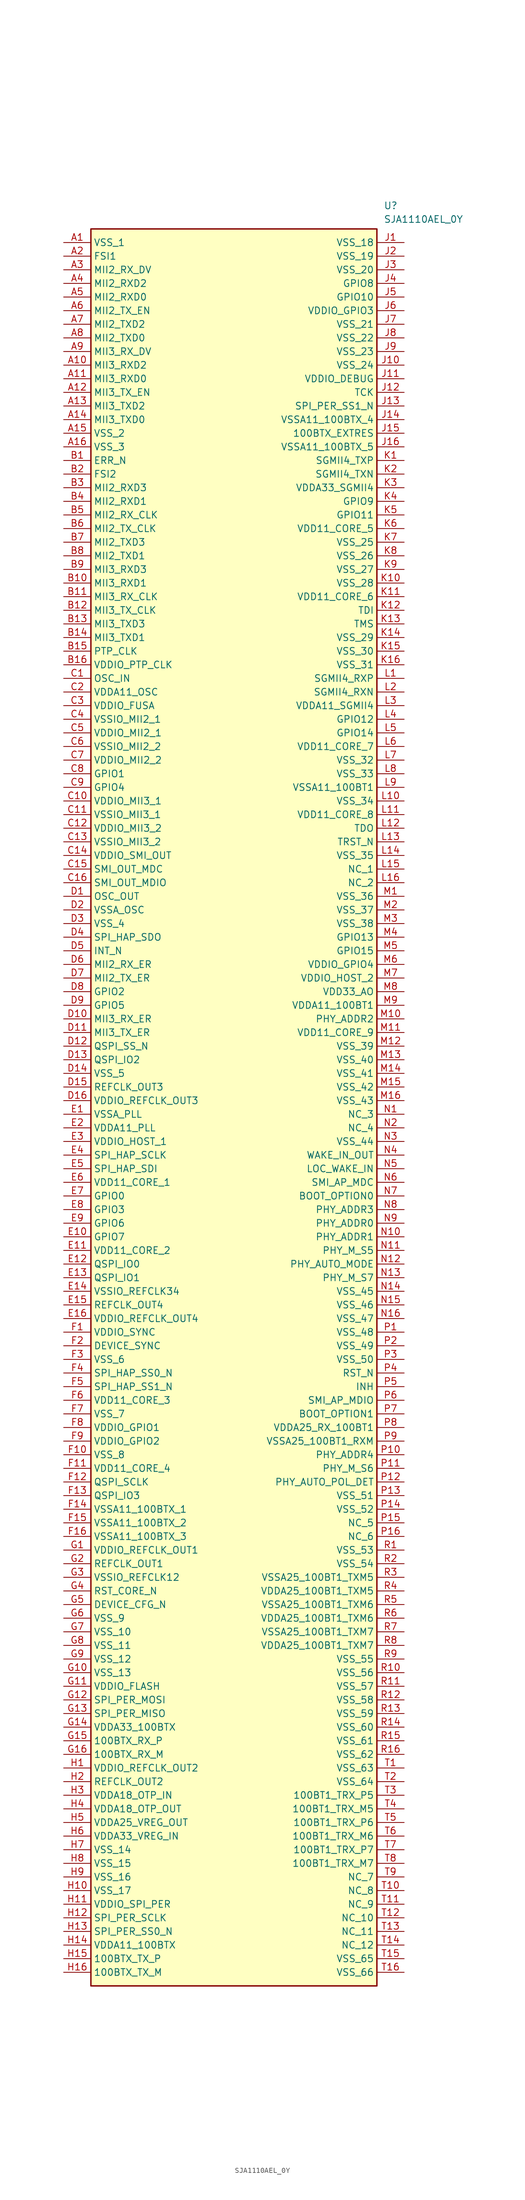
<source format=kicad_sym>
(kicad_symbol_lib
  (version 20241209)
  (generator "kicad_symbol_editor")
  (generator_version "9.0")
  (symbol "SJA1110AEL_0Y"
    (property "Reference" "U"
      (at 59.69 7.62 0)
      (effects (font (size 1.27 1.27)) (justify left top)))
    (property "Value" "SJA1110AEL_0Y"
      (at 59.69 5.08 0)
      (effects (font (size 1.27 1.27)) (justify left top)))
    (symbol "SJA1110AEL_0Y_1_1"
      (rectangle (start 5.08 2.54) (end 58.42 -325.12) (stroke (width 0.254) (type default)) (fill (type background)))
      (pin passive line (at 0 0 0) (length 5.08) (name "VSS_1" (effects (font (size 1.27 1.27)))) (number "A1" (effects (font (size 1.27 1.27)))))
      (pin passive line (at 0 -2.54 0) (length 5.08) (name "FSI1" (effects (font (size 1.27 1.27)))) (number "A2" (effects (font (size 1.27 1.27)))))
      (pin passive line (at 0 -5.08 0) (length 5.08) (name "MII2_RX_DV" (effects (font (size 1.27 1.27)))) (number "A3" (effects (font (size 1.27 1.27)))))
      (pin passive line (at 0 -7.62 0) (length 5.08) (name "MII2_RXD2" (effects (font (size 1.27 1.27)))) (number "A4" (effects (font (size 1.27 1.27)))))
      (pin passive line (at 0 -10.16 0) (length 5.08) (name "MII2_RXD0" (effects (font (size 1.27 1.27)))) (number "A5" (effects (font (size 1.27 1.27)))))
      (pin passive line (at 0 -12.7 0) (length 5.08) (name "MII2_TX_EN" (effects (font (size 1.27 1.27)))) (number "A6" (effects (font (size 1.27 1.27)))))
      (pin passive line (at 0 -15.24 0) (length 5.08) (name "MII2_TXD2" (effects (font (size 1.27 1.27)))) (number "A7" (effects (font (size 1.27 1.27)))))
      (pin passive line (at 0 -17.78 0) (length 5.08) (name "MII2_TXD0" (effects (font (size 1.27 1.27)))) (number "A8" (effects (font (size 1.27 1.27)))))
      (pin passive line (at 0 -20.32 0) (length 5.08) (name "MII3_RX_DV" (effects (font (size 1.27 1.27)))) (number "A9" (effects (font (size 1.27 1.27)))))
      (pin passive line (at 0 -22.86 0) (length 5.08) (name "MII3_RXD2" (effects (font (size 1.27 1.27)))) (number "A10" (effects (font (size 1.27 1.27)))))
      (pin passive line (at 0 -25.4 0) (length 5.08) (name "MII3_RXD0" (effects (font (size 1.27 1.27)))) (number "A11" (effects (font (size 1.27 1.27)))))
      (pin passive line (at 0 -27.94 0) (length 5.08) (name "MII3_TX_EN" (effects (font (size 1.27 1.27)))) (number "A12" (effects (font (size 1.27 1.27)))))
      (pin passive line (at 0 -30.48 0) (length 5.08) (name "MII3_TXD2" (effects (font (size 1.27 1.27)))) (number "A13" (effects (font (size 1.27 1.27)))))
      (pin passive line (at 0 -33.02 0) (length 5.08) (name "MII3_TXD0" (effects (font (size 1.27 1.27)))) (number "A14" (effects (font (size 1.27 1.27)))))
      (pin passive line (at 0 -35.56 0) (length 5.08) (name "VSS_2" (effects (font (size 1.27 1.27)))) (number "A15" (effects (font (size 1.27 1.27)))))
      (pin passive line (at 0 -38.1 0) (length 5.08) (name "VSS_3" (effects (font (size 1.27 1.27)))) (number "A16" (effects (font (size 1.27 1.27)))))
      (pin passive line (at 0 -40.64 0) (length 5.08) (name "ERR_N" (effects (font (size 1.27 1.27)))) (number "B1" (effects (font (size 1.27 1.27)))))
      (pin passive line (at 0 -43.18 0) (length 5.08) (name "FSI2" (effects (font (size 1.27 1.27)))) (number "B2" (effects (font (size 1.27 1.27)))))
      (pin passive line (at 0 -45.72 0) (length 5.08) (name "MII2_RXD3" (effects (font (size 1.27 1.27)))) (number "B3" (effects (font (size 1.27 1.27)))))
      (pin passive line (at 0 -48.26 0) (length 5.08) (name "MII2_RXD1" (effects (font (size 1.27 1.27)))) (number "B4" (effects (font (size 1.27 1.27)))))
      (pin passive line (at 0 -50.8 0) (length 5.08) (name "MII2_RX_CLK" (effects (font (size 1.27 1.27)))) (number "B5" (effects (font (size 1.27 1.27)))))
      (pin passive line (at 0 -53.34 0) (length 5.08) (name "MII2_TX_CLK" (effects (font (size 1.27 1.27)))) (number "B6" (effects (font (size 1.27 1.27)))))
      (pin passive line (at 0 -55.88 0) (length 5.08) (name "MII2_TXD3" (effects (font (size 1.27 1.27)))) (number "B7" (effects (font (size 1.27 1.27)))))
      (pin passive line (at 0 -58.42 0) (length 5.08) (name "MII2_TXD1" (effects (font (size 1.27 1.27)))) (number "B8" (effects (font (size 1.27 1.27)))))
      (pin passive line (at 0 -60.96 0) (length 5.08) (name "MII3_RXD3" (effects (font (size 1.27 1.27)))) (number "B9" (effects (font (size 1.27 1.27)))))
      (pin passive line (at 0 -63.5 0) (length 5.08) (name "MII3_RXD1" (effects (font (size 1.27 1.27)))) (number "B10" (effects (font (size 1.27 1.27)))))
      (pin passive line (at 0 -66.04 0) (length 5.08) (name "MII3_RX_CLK" (effects (font (size 1.27 1.27)))) (number "B11" (effects (font (size 1.27 1.27)))))
      (pin passive line (at 0 -68.58 0) (length 5.08) (name "MII3_TX_CLK" (effects (font (size 1.27 1.27)))) (number "B12" (effects (font (size 1.27 1.27)))))
      (pin passive line (at 0 -71.12 0) (length 5.08) (name "MII3_TXD3" (effects (font (size 1.27 1.27)))) (number "B13" (effects (font (size 1.27 1.27)))))
      (pin passive line (at 0 -73.66 0) (length 5.08) (name "MII3_TXD1" (effects (font (size 1.27 1.27)))) (number "B14" (effects (font (size 1.27 1.27)))))
      (pin passive line (at 0 -76.2 0) (length 5.08) (name "PTP_CLK" (effects (font (size 1.27 1.27)))) (number "B15" (effects (font (size 1.27 1.27)))))
      (pin passive line (at 0 -78.74 0) (length 5.08) (name "VDDIO_PTP_CLK" (effects (font (size 1.27 1.27)))) (number "B16" (effects (font (size 1.27 1.27)))))
      (pin passive line (at 0 -81.28 0) (length 5.08) (name "OSC_IN" (effects (font (size 1.27 1.27)))) (number "C1" (effects (font (size 1.27 1.27)))))
      (pin passive line (at 0 -83.82 0) (length 5.08) (name "VDDA11_OSC" (effects (font (size 1.27 1.27)))) (number "C2" (effects (font (size 1.27 1.27)))))
      (pin passive line (at 0 -86.36 0) (length 5.08) (name "VDDIO_FUSA" (effects (font (size 1.27 1.27)))) (number "C3" (effects (font (size 1.27 1.27)))))
      (pin passive line (at 0 -88.9 0) (length 5.08) (name "VSSIO_MII2_1" (effects (font (size 1.27 1.27)))) (number "C4" (effects (font (size 1.27 1.27)))))
      (pin passive line (at 0 -91.44 0) (length 5.08) (name "VDDIO_MII2_1" (effects (font (size 1.27 1.27)))) (number "C5" (effects (font (size 1.27 1.27)))))
      (pin passive line (at 0 -93.98 0) (length 5.08) (name "VSSIO_MII2_2" (effects (font (size 1.27 1.27)))) (number "C6" (effects (font (size 1.27 1.27)))))
      (pin passive line (at 0 -96.52 0) (length 5.08) (name "VDDIO_MII2_2" (effects (font (size 1.27 1.27)))) (number "C7" (effects (font (size 1.27 1.27)))))
      (pin passive line (at 0 -99.06 0) (length 5.08) (name "GPIO1" (effects (font (size 1.27 1.27)))) (number "C8" (effects (font (size 1.27 1.27)))))
      (pin passive line (at 0 -101.6 0) (length 5.08) (name "GPIO4" (effects (font (size 1.27 1.27)))) (number "C9" (effects (font (size 1.27 1.27)))))
      (pin passive line (at 0 -104.14 0) (length 5.08) (name "VDDIO_MII3_1" (effects (font (size 1.27 1.27)))) (number "C10" (effects (font (size 1.27 1.27)))))
      (pin passive line (at 0 -106.68 0) (length 5.08) (name "VSSIO_MII3_1" (effects (font (size 1.27 1.27)))) (number "C11" (effects (font (size 1.27 1.27)))))
      (pin passive line (at 0 -109.22 0) (length 5.08) (name "VDDIO_MII3_2" (effects (font (size 1.27 1.27)))) (number "C12" (effects (font (size 1.27 1.27)))))
      (pin passive line (at 0 -111.76 0) (length 5.08) (name "VSSIO_MII3_2" (effects (font (size 1.27 1.27)))) (number "C13" (effects (font (size 1.27 1.27)))))
      (pin passive line (at 0 -114.3 0) (length 5.08) (name "VDDIO_SMI_OUT" (effects (font (size 1.27 1.27)))) (number "C14" (effects (font (size 1.27 1.27)))))
      (pin passive line (at 0 -116.84 0) (length 5.08) (name "SMI_OUT_MDC" (effects (font (size 1.27 1.27)))) (number "C15" (effects (font (size 1.27 1.27)))))
      (pin passive line (at 0 -119.38 0) (length 5.08) (name "SMI_OUT_MDIO" (effects (font (size 1.27 1.27)))) (number "C16" (effects (font (size 1.27 1.27)))))
      (pin passive line (at 0 -121.92 0) (length 5.08) (name "OSC_OUT" (effects (font (size 1.27 1.27)))) (number "D1" (effects (font (size 1.27 1.27)))))
      (pin passive line (at 0 -124.46 0) (length 5.08) (name "VSSA_OSC" (effects (font (size 1.27 1.27)))) (number "D2" (effects (font (size 1.27 1.27)))))
      (pin passive line (at 0 -127 0) (length 5.08) (name "VSS_4" (effects (font (size 1.27 1.27)))) (number "D3" (effects (font (size 1.27 1.27)))))
      (pin passive line (at 0 -129.54 0) (length 5.08) (name "SPI_HAP_SDO" (effects (font (size 1.27 1.27)))) (number "D4" (effects (font (size 1.27 1.27)))))
      (pin passive line (at 0 -132.08 0) (length 5.08) (name "INT_N" (effects (font (size 1.27 1.27)))) (number "D5" (effects (font (size 1.27 1.27)))))
      (pin passive line (at 0 -134.62 0) (length 5.08) (name "MII2_RX_ER" (effects (font (size 1.27 1.27)))) (number "D6" (effects (font (size 1.27 1.27)))))
      (pin passive line (at 0 -137.16 0) (length 5.08) (name "MII2_TX_ER" (effects (font (size 1.27 1.27)))) (number "D7" (effects (font (size 1.27 1.27)))))
      (pin passive line (at 0 -139.7 0) (length 5.08) (name "GPIO2" (effects (font (size 1.27 1.27)))) (number "D8" (effects (font (size 1.27 1.27)))))
      (pin passive line (at 0 -142.24 0) (length 5.08) (name "GPIO5" (effects (font (size 1.27 1.27)))) (number "D9" (effects (font (size 1.27 1.27)))))
      (pin passive line (at 0 -144.78 0) (length 5.08) (name "MII3_RX_ER" (effects (font (size 1.27 1.27)))) (number "D10" (effects (font (size 1.27 1.27)))))
      (pin passive line (at 0 -147.32 0) (length 5.08) (name "MII3_TX_ER" (effects (font (size 1.27 1.27)))) (number "D11" (effects (font (size 1.27 1.27)))))
      (pin passive line (at 0 -149.86 0) (length 5.08) (name "QSPI_SS_N" (effects (font (size 1.27 1.27)))) (number "D12" (effects (font (size 1.27 1.27)))))
      (pin passive line (at 0 -152.4 0) (length 5.08) (name "QSPI_IO2" (effects (font (size 1.27 1.27)))) (number "D13" (effects (font (size 1.27 1.27)))))
      (pin passive line (at 0 -154.94 0) (length 5.08) (name "VSS_5" (effects (font (size 1.27 1.27)))) (number "D14" (effects (font (size 1.27 1.27)))))
      (pin passive line (at 0 -157.48 0) (length 5.08) (name "REFCLK_OUT3" (effects (font (size 1.27 1.27)))) (number "D15" (effects (font (size 1.27 1.27)))))
      (pin passive line (at 0 -160.02 0) (length 5.08) (name "VDDIO_REFCLK_OUT3" (effects (font (size 1.27 1.27)))) (number "D16" (effects (font (size 1.27 1.27)))))
      (pin passive line (at 0 -162.56 0) (length 5.08) (name "VSSA_PLL" (effects (font (size 1.27 1.27)))) (number "E1" (effects (font (size 1.27 1.27)))))
      (pin passive line (at 0 -165.1 0) (length 5.08) (name "VDDA11_PLL" (effects (font (size 1.27 1.27)))) (number "E2" (effects (font (size 1.27 1.27)))))
      (pin passive line (at 0 -167.64 0) (length 5.08) (name "VDDIO_HOST_1" (effects (font (size 1.27 1.27)))) (number "E3" (effects (font (size 1.27 1.27)))))
      (pin passive line (at 0 -170.18 0) (length 5.08) (name "SPI_HAP_SCLK" (effects (font (size 1.27 1.27)))) (number "E4" (effects (font (size 1.27 1.27)))))
      (pin passive line (at 0 -172.72 0) (length 5.08) (name "SPI_HAP_SDI" (effects (font (size 1.27 1.27)))) (number "E5" (effects (font (size 1.27 1.27)))))
      (pin passive line (at 0 -175.26 0) (length 5.08) (name "VDD11_CORE_1" (effects (font (size 1.27 1.27)))) (number "E6" (effects (font (size 1.27 1.27)))))
      (pin passive line (at 0 -177.8 0) (length 5.08) (name "GPIO0" (effects (font (size 1.27 1.27)))) (number "E7" (effects (font (size 1.27 1.27)))))
      (pin passive line (at 0 -180.34 0) (length 5.08) (name "GPIO3" (effects (font (size 1.27 1.27)))) (number "E8" (effects (font (size 1.27 1.27)))))
      (pin passive line (at 0 -182.88 0) (length 5.08) (name "GPIO6" (effects (font (size 1.27 1.27)))) (number "E9" (effects (font (size 1.27 1.27)))))
      (pin passive line (at 0 -185.42 0) (length 5.08) (name "GPIO7" (effects (font (size 1.27 1.27)))) (number "E10" (effects (font (size 1.27 1.27)))))
      (pin passive line (at 0 -187.96 0) (length 5.08) (name "VDD11_CORE_2" (effects (font (size 1.27 1.27)))) (number "E11" (effects (font (size 1.27 1.27)))))
      (pin passive line (at 0 -190.5 0) (length 5.08) (name "QSPI_IO0" (effects (font (size 1.27 1.27)))) (number "E12" (effects (font (size 1.27 1.27)))))
      (pin passive line (at 0 -193.04 0) (length 5.08) (name "QSPI_IO1" (effects (font (size 1.27 1.27)))) (number "E13" (effects (font (size 1.27 1.27)))))
      (pin passive line (at 0 -195.58 0) (length 5.08) (name "VSSIO_REFCLK34" (effects (font (size 1.27 1.27)))) (number "E14" (effects (font (size 1.27 1.27)))))
      (pin passive line (at 0 -198.12 0) (length 5.08) (name "REFCLK_OUT4" (effects (font (size 1.27 1.27)))) (number "E15" (effects (font (size 1.27 1.27)))))
      (pin passive line (at 0 -200.66 0) (length 5.08) (name "VDDIO_REFCLK_OUT4" (effects (font (size 1.27 1.27)))) (number "E16" (effects (font (size 1.27 1.27)))))
      (pin passive line (at 0 -203.2 0) (length 5.08) (name "VDDIO_SYNC" (effects (font (size 1.27 1.27)))) (number "F1" (effects (font (size 1.27 1.27)))))
      (pin passive line (at 0 -205.74 0) (length 5.08) (name "DEVICE_SYNC" (effects (font (size 1.27 1.27)))) (number "F2" (effects (font (size 1.27 1.27)))))
      (pin passive line (at 0 -208.28 0) (length 5.08) (name "VSS_6" (effects (font (size 1.27 1.27)))) (number "F3" (effects (font (size 1.27 1.27)))))
      (pin passive line (at 0 -210.82 0) (length 5.08) (name "SPI_HAP_SS0_N" (effects (font (size 1.27 1.27)))) (number "F4" (effects (font (size 1.27 1.27)))))
      (pin passive line (at 0 -213.36 0) (length 5.08) (name "SPI_HAP_SS1_N" (effects (font (size 1.27 1.27)))) (number "F5" (effects (font (size 1.27 1.27)))))
      (pin passive line (at 0 -215.9 0) (length 5.08) (name "VDD11_CORE_3" (effects (font (size 1.27 1.27)))) (number "F6" (effects (font (size 1.27 1.27)))))
      (pin passive line (at 0 -218.44 0) (length 5.08) (name "VSS_7" (effects (font (size 1.27 1.27)))) (number "F7" (effects (font (size 1.27 1.27)))))
      (pin passive line (at 0 -220.98 0) (length 5.08) (name "VDDIO_GPIO1" (effects (font (size 1.27 1.27)))) (number "F8" (effects (font (size 1.27 1.27)))))
      (pin passive line (at 0 -223.52 0) (length 5.08) (name "VDDIO_GPIO2" (effects (font (size 1.27 1.27)))) (number "F9" (effects (font (size 1.27 1.27)))))
      (pin passive line (at 0 -226.06 0) (length 5.08) (name "VSS_8" (effects (font (size 1.27 1.27)))) (number "F10" (effects (font (size 1.27 1.27)))))
      (pin passive line (at 0 -228.6 0) (length 5.08) (name "VDD11_CORE_4" (effects (font (size 1.27 1.27)))) (number "F11" (effects (font (size 1.27 1.27)))))
      (pin passive line (at 0 -231.14 0) (length 5.08) (name "QSPI_SCLK" (effects (font (size 1.27 1.27)))) (number "F12" (effects (font (size 1.27 1.27)))))
      (pin passive line (at 0 -233.68 0) (length 5.08) (name "QSPI_IO3" (effects (font (size 1.27 1.27)))) (number "F13" (effects (font (size 1.27 1.27)))))
      (pin passive line (at 0 -236.22 0) (length 5.08) (name "VSSA11_100BTX_1" (effects (font (size 1.27 1.27)))) (number "F14" (effects (font (size 1.27 1.27)))))
      (pin passive line (at 0 -238.76 0) (length 5.08) (name "VSSA11_100BTX_2" (effects (font (size 1.27 1.27)))) (number "F15" (effects (font (size 1.27 1.27)))))
      (pin passive line (at 0 -241.3 0) (length 5.08) (name "VSSA11_100BTX_3" (effects (font (size 1.27 1.27)))) (number "F16" (effects (font (size 1.27 1.27)))))
      (pin passive line (at 0 -243.84 0) (length 5.08) (name "VDDIO_REFCLK_OUT1" (effects (font (size 1.27 1.27)))) (number "G1" (effects (font (size 1.27 1.27)))))
      (pin passive line (at 0 -246.38 0) (length 5.08) (name "REFCLK_OUT1" (effects (font (size 1.27 1.27)))) (number "G2" (effects (font (size 1.27 1.27)))))
      (pin passive line (at 0 -248.92 0) (length 5.08) (name "VSSIO_REFCLK12" (effects (font (size 1.27 1.27)))) (number "G3" (effects (font (size 1.27 1.27)))))
      (pin passive line (at 0 -251.46 0) (length 5.08) (name "RST_CORE_N" (effects (font (size 1.27 1.27)))) (number "G4" (effects (font (size 1.27 1.27)))))
      (pin passive line (at 0 -254 0) (length 5.08) (name "DEVICE_CFG_N" (effects (font (size 1.27 1.27)))) (number "G5" (effects (font (size 1.27 1.27)))))
      (pin passive line (at 0 -256.54 0) (length 5.08) (name "VSS_9" (effects (font (size 1.27 1.27)))) (number "G6" (effects (font (size 1.27 1.27)))))
      (pin passive line (at 0 -259.08 0) (length 5.08) (name "VSS_10" (effects (font (size 1.27 1.27)))) (number "G7" (effects (font (size 1.27 1.27)))))
      (pin passive line (at 0 -261.62 0) (length 5.08) (name "VSS_11" (effects (font (size 1.27 1.27)))) (number "G8" (effects (font (size 1.27 1.27)))))
      (pin passive line (at 0 -264.16 0) (length 5.08) (name "VSS_12" (effects (font (size 1.27 1.27)))) (number "G9" (effects (font (size 1.27 1.27)))))
      (pin passive line (at 0 -266.7 0) (length 5.08) (name "VSS_13" (effects (font (size 1.27 1.27)))) (number "G10" (effects (font (size 1.27 1.27)))))
      (pin passive line (at 0 -269.24 0) (length 5.08) (name "VDDIO_FLASH" (effects (font (size 1.27 1.27)))) (number "G11" (effects (font (size 1.27 1.27)))))
      (pin passive line (at 0 -271.78 0) (length 5.08) (name "SPI_PER_MOSI" (effects (font (size 1.27 1.27)))) (number "G12" (effects (font (size 1.27 1.27)))))
      (pin passive line (at 0 -274.32 0) (length 5.08) (name "SPI_PER_MISO" (effects (font (size 1.27 1.27)))) (number "G13" (effects (font (size 1.27 1.27)))))
      (pin passive line (at 0 -276.86 0) (length 5.08) (name "VDDA33_100BTX" (effects (font (size 1.27 1.27)))) (number "G14" (effects (font (size 1.27 1.27)))))
      (pin passive line (at 0 -279.4 0) (length 5.08) (name "100BTX_RX_P" (effects (font (size 1.27 1.27)))) (number "G15" (effects (font (size 1.27 1.27)))))
      (pin passive line (at 0 -281.94 0) (length 5.08) (name "100BTX_RX_M" (effects (font (size 1.27 1.27)))) (number "G16" (effects (font (size 1.27 1.27)))))
      (pin passive line (at 0 -284.48 0) (length 5.08) (name "VDDIO_REFCLK_OUT2" (effects (font (size 1.27 1.27)))) (number "H1" (effects (font (size 1.27 1.27)))))
      (pin passive line (at 0 -287.02 0) (length 5.08) (name "REFCLK_OUT2" (effects (font (size 1.27 1.27)))) (number "H2" (effects (font (size 1.27 1.27)))))
      (pin passive line (at 0 -289.56 0) (length 5.08) (name "VDDA18_OTP_IN" (effects (font (size 1.27 1.27)))) (number "H3" (effects (font (size 1.27 1.27)))))
      (pin passive line (at 0 -292.1 0) (length 5.08) (name "VDDA18_OTP_OUT" (effects (font (size 1.27 1.27)))) (number "H4" (effects (font (size 1.27 1.27)))))
      (pin passive line (at 0 -294.64 0) (length 5.08) (name "VDDA25_VREG_OUT" (effects (font (size 1.27 1.27)))) (number "H5" (effects (font (size 1.27 1.27)))))
      (pin passive line (at 0 -297.18 0) (length 5.08) (name "VDDA33_VREG_IN" (effects (font (size 1.27 1.27)))) (number "H6" (effects (font (size 1.27 1.27)))))
      (pin passive line (at 0 -299.72 0) (length 5.08) (name "VSS_14" (effects (font (size 1.27 1.27)))) (number "H7" (effects (font (size 1.27 1.27)))))
      (pin passive line (at 0 -302.26 0) (length 5.08) (name "VSS_15" (effects (font (size 1.27 1.27)))) (number "H8" (effects (font (size 1.27 1.27)))))
      (pin passive line (at 0 -304.8 0) (length 5.08) (name "VSS_16" (effects (font (size 1.27 1.27)))) (number "H9" (effects (font (size 1.27 1.27)))))
      (pin passive line (at 0 -307.34 0) (length 5.08) (name "VSS_17" (effects (font (size 1.27 1.27)))) (number "H10" (effects (font (size 1.27 1.27)))))
      (pin passive line (at 0 -309.88 0) (length 5.08) (name "VDDIO_SPI_PER" (effects (font (size 1.27 1.27)))) (number "H11" (effects (font (size 1.27 1.27)))))
      (pin passive line (at 0 -312.42 0) (length 5.08) (name "SPI_PER_SCLK" (effects (font (size 1.27 1.27)))) (number "H12" (effects (font (size 1.27 1.27)))))
      (pin passive line (at 0 -314.96 0) (length 5.08) (name "SPI_PER_SS0_N" (effects (font (size 1.27 1.27)))) (number "H13" (effects (font (size 1.27 1.27)))))
      (pin passive line (at 0 -317.5 0) (length 5.08) (name "VDDA11_100BTX" (effects (font (size 1.27 1.27)))) (number "H14" (effects (font (size 1.27 1.27)))))
      (pin passive line (at 0 -320.04 0) (length 5.08) (name "100BTX_TX_P" (effects (font (size 1.27 1.27)))) (number "H15" (effects (font (size 1.27 1.27)))))
      (pin passive line (at 0 -322.58 0) (length 5.08) (name "100BTX_TX_M" (effects (font (size 1.27 1.27)))) (number "H16" (effects (font (size 1.27 1.27)))))
      (pin passive line (at 63.5 0 180) (length 5.08) (name "VSS_18" (effects (font (size 1.27 1.27)))) (number "J1" (effects (font (size 1.27 1.27)))))
      (pin passive line (at 63.5 -2.54 180) (length 5.08) (name "VSS_19" (effects (font (size 1.27 1.27)))) (number "J2" (effects (font (size 1.27 1.27)))))
      (pin passive line (at 63.5 -5.08 180) (length 5.08) (name "VSS_20" (effects (font (size 1.27 1.27)))) (number "J3" (effects (font (size 1.27 1.27)))))
      (pin passive line (at 63.5 -7.62 180) (length 5.08) (name "GPIO8" (effects (font (size 1.27 1.27)))) (number "J4" (effects (font (size 1.27 1.27)))))
      (pin passive line (at 63.5 -10.16 180) (length 5.08) (name "GPIO10" (effects (font (size 1.27 1.27)))) (number "J5" (effects (font (size 1.27 1.27)))))
      (pin passive line (at 63.5 -12.7 180) (length 5.08) (name "VDDIO_GPIO3" (effects (font (size 1.27 1.27)))) (number "J6" (effects (font (size 1.27 1.27)))))
      (pin passive line (at 63.5 -15.24 180) (length 5.08) (name "VSS_21" (effects (font (size 1.27 1.27)))) (number "J7" (effects (font (size 1.27 1.27)))))
      (pin passive line (at 63.5 -17.78 180) (length 5.08) (name "VSS_22" (effects (font (size 1.27 1.27)))) (number "J8" (effects (font (size 1.27 1.27)))))
      (pin passive line (at 63.5 -20.32 180) (length 5.08) (name "VSS_23" (effects (font (size 1.27 1.27)))) (number "J9" (effects (font (size 1.27 1.27)))))
      (pin passive line (at 63.5 -22.86 180) (length 5.08) (name "VSS_24" (effects (font (size 1.27 1.27)))) (number "J10" (effects (font (size 1.27 1.27)))))
      (pin passive line (at 63.5 -25.4 180) (length 5.08) (name "VDDIO_DEBUG" (effects (font (size 1.27 1.27)))) (number "J11" (effects (font (size 1.27 1.27)))))
      (pin passive line (at 63.5 -27.94 180) (length 5.08) (name "TCK" (effects (font (size 1.27 1.27)))) (number "J12" (effects (font (size 1.27 1.27)))))
      (pin passive line (at 63.5 -30.48 180) (length 5.08) (name "SPI_PER_SS1_N" (effects (font (size 1.27 1.27)))) (number "J13" (effects (font (size 1.27 1.27)))))
      (pin passive line (at 63.5 -33.02 180) (length 5.08) (name "VSSA11_100BTX_4" (effects (font (size 1.27 1.27)))) (number "J14" (effects (font (size 1.27 1.27)))))
      (pin passive line (at 63.5 -35.56 180) (length 5.08) (name "100BTX_EXTRES" (effects (font (size 1.27 1.27)))) (number "J15" (effects (font (size 1.27 1.27)))))
      (pin passive line (at 63.5 -38.1 180) (length 5.08) (name "VSSA11_100BTX_5" (effects (font (size 1.27 1.27)))) (number "J16" (effects (font (size 1.27 1.27)))))
      (pin passive line (at 63.5 -40.64 180) (length 5.08) (name "SGMII4_TXP" (effects (font (size 1.27 1.27)))) (number "K1" (effects (font (size 1.27 1.27)))))
      (pin passive line (at 63.5 -43.18 180) (length 5.08) (name "SGMII4_TXN" (effects (font (size 1.27 1.27)))) (number "K2" (effects (font (size 1.27 1.27)))))
      (pin passive line (at 63.5 -45.72 180) (length 5.08) (name "VDDA33_SGMII4" (effects (font (size 1.27 1.27)))) (number "K3" (effects (font (size 1.27 1.27)))))
      (pin passive line (at 63.5 -48.26 180) (length 5.08) (name "GPIO9" (effects (font (size 1.27 1.27)))) (number "K4" (effects (font (size 1.27 1.27)))))
      (pin passive line (at 63.5 -50.8 180) (length 5.08) (name "GPIO11" (effects (font (size 1.27 1.27)))) (number "K5" (effects (font (size 1.27 1.27)))))
      (pin passive line (at 63.5 -53.34 180) (length 5.08) (name "VDD11_CORE_5" (effects (font (size 1.27 1.27)))) (number "K6" (effects (font (size 1.27 1.27)))))
      (pin passive line (at 63.5 -55.88 180) (length 5.08) (name "VSS_25" (effects (font (size 1.27 1.27)))) (number "K7" (effects (font (size 1.27 1.27)))))
      (pin passive line (at 63.5 -58.42 180) (length 5.08) (name "VSS_26" (effects (font (size 1.27 1.27)))) (number "K8" (effects (font (size 1.27 1.27)))))
      (pin passive line (at 63.5 -60.96 180) (length 5.08) (name "VSS_27" (effects (font (size 1.27 1.27)))) (number "K9" (effects (font (size 1.27 1.27)))))
      (pin passive line (at 63.5 -63.5 180) (length 5.08) (name "VSS_28" (effects (font (size 1.27 1.27)))) (number "K10" (effects (font (size 1.27 1.27)))))
      (pin passive line (at 63.5 -66.04 180) (length 5.08) (name "VDD11_CORE_6" (effects (font (size 1.27 1.27)))) (number "K11" (effects (font (size 1.27 1.27)))))
      (pin passive line (at 63.5 -68.58 180) (length 5.08) (name "TDI" (effects (font (size 1.27 1.27)))) (number "K12" (effects (font (size 1.27 1.27)))))
      (pin passive line (at 63.5 -71.12 180) (length 5.08) (name "TMS" (effects (font (size 1.27 1.27)))) (number "K13" (effects (font (size 1.27 1.27)))))
      (pin passive line (at 63.5 -73.66 180) (length 5.08) (name "VSS_29" (effects (font (size 1.27 1.27)))) (number "K14" (effects (font (size 1.27 1.27)))))
      (pin passive line (at 63.5 -76.2 180) (length 5.08) (name "VSS_30" (effects (font (size 1.27 1.27)))) (number "K15" (effects (font (size 1.27 1.27)))))
      (pin passive line (at 63.5 -78.74 180) (length 5.08) (name "VSS_31" (effects (font (size 1.27 1.27)))) (number "K16" (effects (font (size 1.27 1.27)))))
      (pin passive line (at 63.5 -81.28 180) (length 5.08) (name "SGMII4_RXP" (effects (font (size 1.27 1.27)))) (number "L1" (effects (font (size 1.27 1.27)))))
      (pin passive line (at 63.5 -83.82 180) (length 5.08) (name "SGMII4_RXN" (effects (font (size 1.27 1.27)))) (number "L2" (effects (font (size 1.27 1.27)))))
      (pin passive line (at 63.5 -86.36 180) (length 5.08) (name "VDDA11_SGMII4" (effects (font (size 1.27 1.27)))) (number "L3" (effects (font (size 1.27 1.27)))))
      (pin passive line (at 63.5 -88.9 180) (length 5.08) (name "GPIO12" (effects (font (size 1.27 1.27)))) (number "L4" (effects (font (size 1.27 1.27)))))
      (pin passive line (at 63.5 -91.44 180) (length 5.08) (name "GPIO14" (effects (font (size 1.27 1.27)))) (number "L5" (effects (font (size 1.27 1.27)))))
      (pin passive line (at 63.5 -93.98 180) (length 5.08) (name "VDD11_CORE_7" (effects (font (size 1.27 1.27)))) (number "L6" (effects (font (size 1.27 1.27)))))
      (pin passive line (at 63.5 -96.52 180) (length 5.08) (name "VSS_32" (effects (font (size 1.27 1.27)))) (number "L7" (effects (font (size 1.27 1.27)))))
      (pin passive line (at 63.5 -99.06 180) (length 5.08) (name "VSS_33" (effects (font (size 1.27 1.27)))) (number "L8" (effects (font (size 1.27 1.27)))))
      (pin passive line (at 63.5 -101.6 180) (length 5.08) (name "VSSA11_100BT1" (effects (font (size 1.27 1.27)))) (number "L9" (effects (font (size 1.27 1.27)))))
      (pin passive line (at 63.5 -104.14 180) (length 5.08) (name "VSS_34" (effects (font (size 1.27 1.27)))) (number "L10" (effects (font (size 1.27 1.27)))))
      (pin passive line (at 63.5 -106.68 180) (length 5.08) (name "VDD11_CORE_8" (effects (font (size 1.27 1.27)))) (number "L11" (effects (font (size 1.27 1.27)))))
      (pin passive line (at 63.5 -109.22 180) (length 5.08) (name "TDO" (effects (font (size 1.27 1.27)))) (number "L12" (effects (font (size 1.27 1.27)))))
      (pin passive line (at 63.5 -111.76 180) (length 5.08) (name "TRST_N" (effects (font (size 1.27 1.27)))) (number "L13" (effects (font (size 1.27 1.27)))))
      (pin passive line (at 63.5 -114.3 180) (length 5.08) (name "VSS_35" (effects (font (size 1.27 1.27)))) (number "L14" (effects (font (size 1.27 1.27)))))
      (pin passive line (at 63.5 -116.84 180) (length 5.08) (name "NC_1" (effects (font (size 1.27 1.27)))) (number "L15" (effects (font (size 1.27 1.27)))))
      (pin passive line (at 63.5 -119.38 180) (length 5.08) (name "NC_2" (effects (font (size 1.27 1.27)))) (number "L16" (effects (font (size 1.27 1.27)))))
      (pin passive line (at 63.5 -121.92 180) (length 5.08) (name "VSS_36" (effects (font (size 1.27 1.27)))) (number "M1" (effects (font (size 1.27 1.27)))))
      (pin passive line (at 63.5 -124.46 180) (length 5.08) (name "VSS_37" (effects (font (size 1.27 1.27)))) (number "M2" (effects (font (size 1.27 1.27)))))
      (pin passive line (at 63.5 -127 180) (length 5.08) (name "VSS_38" (effects (font (size 1.27 1.27)))) (number "M3" (effects (font (size 1.27 1.27)))))
      (pin passive line (at 63.5 -129.54 180) (length 5.08) (name "GPIO13" (effects (font (size 1.27 1.27)))) (number "M4" (effects (font (size 1.27 1.27)))))
      (pin passive line (at 63.5 -132.08 180) (length 5.08) (name "GPIO15" (effects (font (size 1.27 1.27)))) (number "M5" (effects (font (size 1.27 1.27)))))
      (pin passive line (at 63.5 -134.62 180) (length 5.08) (name "VDDIO_GPIO4" (effects (font (size 1.27 1.27)))) (number "M6" (effects (font (size 1.27 1.27)))))
      (pin passive line (at 63.5 -137.16 180) (length 5.08) (name "VDDIO_HOST_2" (effects (font (size 1.27 1.27)))) (number "M7" (effects (font (size 1.27 1.27)))))
      (pin passive line (at 63.5 -139.7 180) (length 5.08) (name "VDD33_AO" (effects (font (size 1.27 1.27)))) (number "M8" (effects (font (size 1.27 1.27)))))
      (pin passive line (at 63.5 -142.24 180) (length 5.08) (name "VDDA11_100BT1" (effects (font (size 1.27 1.27)))) (number "M9" (effects (font (size 1.27 1.27)))))
      (pin passive line (at 63.5 -144.78 180) (length 5.08) (name "PHY_ADDR2" (effects (font (size 1.27 1.27)))) (number "M10" (effects (font (size 1.27 1.27)))))
      (pin passive line (at 63.5 -147.32 180) (length 5.08) (name "VDD11_CORE_9" (effects (font (size 1.27 1.27)))) (number "M11" (effects (font (size 1.27 1.27)))))
      (pin passive line (at 63.5 -149.86 180) (length 5.08) (name "VSS_39" (effects (font (size 1.27 1.27)))) (number "M12" (effects (font (size 1.27 1.27)))))
      (pin passive line (at 63.5 -152.4 180) (length 5.08) (name "VSS_40" (effects (font (size 1.27 1.27)))) (number "M13" (effects (font (size 1.27 1.27)))))
      (pin passive line (at 63.5 -154.94 180) (length 5.08) (name "VSS_41" (effects (font (size 1.27 1.27)))) (number "M14" (effects (font (size 1.27 1.27)))))
      (pin passive line (at 63.5 -157.48 180) (length 5.08) (name "VSS_42" (effects (font (size 1.27 1.27)))) (number "M15" (effects (font (size 1.27 1.27)))))
      (pin passive line (at 63.5 -160.02 180) (length 5.08) (name "VSS_43" (effects (font (size 1.27 1.27)))) (number "M16" (effects (font (size 1.27 1.27)))))
      (pin passive line (at 63.5 -162.56 180) (length 5.08) (name "NC_3" (effects (font (size 1.27 1.27)))) (number "N1" (effects (font (size 1.27 1.27)))))
      (pin passive line (at 63.5 -165.1 180) (length 5.08) (name "NC_4" (effects (font (size 1.27 1.27)))) (number "N2" (effects (font (size 1.27 1.27)))))
      (pin passive line (at 63.5 -167.64 180) (length 5.08) (name "VSS_44" (effects (font (size 1.27 1.27)))) (number "N3" (effects (font (size 1.27 1.27)))))
      (pin passive line (at 63.5 -170.18 180) (length 5.08) (name "WAKE_IN_OUT" (effects (font (size 1.27 1.27)))) (number "N4" (effects (font (size 1.27 1.27)))))
      (pin passive line (at 63.5 -172.72 180) (length 5.08) (name "LOC_WAKE_IN" (effects (font (size 1.27 1.27)))) (number "N5" (effects (font (size 1.27 1.27)))))
      (pin passive line (at 63.5 -175.26 180) (length 5.08) (name "SMI_AP_MDC" (effects (font (size 1.27 1.27)))) (number "N6" (effects (font (size 1.27 1.27)))))
      (pin passive line (at 63.5 -177.8 180) (length 5.08) (name "BOOT_OPTION0" (effects (font (size 1.27 1.27)))) (number "N7" (effects (font (size 1.27 1.27)))))
      (pin passive line (at 63.5 -180.34 180) (length 5.08) (name "PHY_ADDR3" (effects (font (size 1.27 1.27)))) (number "N8" (effects (font (size 1.27 1.27)))))
      (pin passive line (at 63.5 -182.88 180) (length 5.08) (name "PHY_ADDR0" (effects (font (size 1.27 1.27)))) (number "N9" (effects (font (size 1.27 1.27)))))
      (pin passive line (at 63.5 -185.42 180) (length 5.08) (name "PHY_ADDR1" (effects (font (size 1.27 1.27)))) (number "N10" (effects (font (size 1.27 1.27)))))
      (pin passive line (at 63.5 -187.96 180) (length 5.08) (name "PHY_M_S5" (effects (font (size 1.27 1.27)))) (number "N11" (effects (font (size 1.27 1.27)))))
      (pin passive line (at 63.5 -190.5 180) (length 5.08) (name "PHY_AUTO_MODE" (effects (font (size 1.27 1.27)))) (number "N12" (effects (font (size 1.27 1.27)))))
      (pin passive line (at 63.5 -193.04 180) (length 5.08) (name "PHY_M_S7" (effects (font (size 1.27 1.27)))) (number "N13" (effects (font (size 1.27 1.27)))))
      (pin passive line (at 63.5 -195.58 180) (length 5.08) (name "VSS_45" (effects (font (size 1.27 1.27)))) (number "N14" (effects (font (size 1.27 1.27)))))
      (pin passive line (at 63.5 -198.12 180) (length 5.08) (name "VSS_46" (effects (font (size 1.27 1.27)))) (number "N15" (effects (font (size 1.27 1.27)))))
      (pin passive line (at 63.5 -200.66 180) (length 5.08) (name "VSS_47" (effects (font (size 1.27 1.27)))) (number "N16" (effects (font (size 1.27 1.27)))))
      (pin passive line (at 63.5 -203.2 180) (length 5.08) (name "VSS_48" (effects (font (size 1.27 1.27)))) (number "P1" (effects (font (size 1.27 1.27)))))
      (pin passive line (at 63.5 -205.74 180) (length 5.08) (name "VSS_49" (effects (font (size 1.27 1.27)))) (number "P2" (effects (font (size 1.27 1.27)))))
      (pin passive line (at 63.5 -208.28 180) (length 5.08) (name "VSS_50" (effects (font (size 1.27 1.27)))) (number "P3" (effects (font (size 1.27 1.27)))))
      (pin passive line (at 63.5 -210.82 180) (length 5.08) (name "RST_N" (effects (font (size 1.27 1.27)))) (number "P4" (effects (font (size 1.27 1.27)))))
      (pin passive line (at 63.5 -213.36 180) (length 5.08) (name "INH" (effects (font (size 1.27 1.27)))) (number "P5" (effects (font (size 1.27 1.27)))))
      (pin passive line (at 63.5 -215.9 180) (length 5.08) (name "SMI_AP_MDIO" (effects (font (size 1.27 1.27)))) (number "P6" (effects (font (size 1.27 1.27)))))
      (pin passive line (at 63.5 -218.44 180) (length 5.08) (name "BOOT_OPTION1" (effects (font (size 1.27 1.27)))) (number "P7" (effects (font (size 1.27 1.27)))))
      (pin passive line (at 63.5 -220.98 180) (length 5.08) (name "VDDA25_RX_100BT1" (effects (font (size 1.27 1.27)))) (number "P8" (effects (font (size 1.27 1.27)))))
      (pin passive line (at 63.5 -223.52 180) (length 5.08) (name "VSSA25_100BT1_RXM" (effects (font (size 1.27 1.27)))) (number "P9" (effects (font (size 1.27 1.27)))))
      (pin passive line (at 63.5 -226.06 180) (length 5.08) (name "PHY_ADDR4" (effects (font (size 1.27 1.27)))) (number "P10" (effects (font (size 1.27 1.27)))))
      (pin passive line (at 63.5 -228.6 180) (length 5.08) (name "PHY_M_S6" (effects (font (size 1.27 1.27)))) (number "P11" (effects (font (size 1.27 1.27)))))
      (pin passive line (at 63.5 -231.14 180) (length 5.08) (name "PHY_AUTO_POL_DET" (effects (font (size 1.27 1.27)))) (number "P12" (effects (font (size 1.27 1.27)))))
      (pin passive line (at 63.5 -233.68 180) (length 5.08) (name "VSS_51" (effects (font (size 1.27 1.27)))) (number "P13" (effects (font (size 1.27 1.27)))))
      (pin passive line (at 63.5 -236.22 180) (length 5.08) (name "VSS_52" (effects (font (size 1.27 1.27)))) (number "P14" (effects (font (size 1.27 1.27)))))
      (pin passive line (at 63.5 -238.76 180) (length 5.08) (name "NC_5" (effects (font (size 1.27 1.27)))) (number "P15" (effects (font (size 1.27 1.27)))))
      (pin passive line (at 63.5 -241.3 180) (length 5.08) (name "NC_6" (effects (font (size 1.27 1.27)))) (number "P16" (effects (font (size 1.27 1.27)))))
      (pin passive line (at 63.5 -243.84 180) (length 5.08) (name "VSS_53" (effects (font (size 1.27 1.27)))) (number "R1" (effects (font (size 1.27 1.27)))))
      (pin passive line (at 63.5 -246.38 180) (length 5.08) (name "VSS_54" (effects (font (size 1.27 1.27)))) (number "R2" (effects (font (size 1.27 1.27)))))
      (pin passive line (at 63.5 -248.92 180) (length 5.08) (name "VSSA25_100BT1_TXM5" (effects (font (size 1.27 1.27)))) (number "R3" (effects (font (size 1.27 1.27)))))
      (pin passive line (at 63.5 -251.46 180) (length 5.08) (name "VDDA25_100BT1_TXM5" (effects (font (size 1.27 1.27)))) (number "R4" (effects (font (size 1.27 1.27)))))
      (pin passive line (at 63.5 -254 180) (length 5.08) (name "VSSA25_100BT1_TXM6" (effects (font (size 1.27 1.27)))) (number "R5" (effects (font (size 1.27 1.27)))))
      (pin passive line (at 63.5 -256.54 180) (length 5.08) (name "VDDA25_100BT1_TXM6" (effects (font (size 1.27 1.27)))) (number "R6" (effects (font (size 1.27 1.27)))))
      (pin passive line (at 63.5 -259.08 180) (length 5.08) (name "VSSA25_100BT1_TXM7" (effects (font (size 1.27 1.27)))) (number "R7" (effects (font (size 1.27 1.27)))))
      (pin passive line (at 63.5 -261.62 180) (length 5.08) (name "VDDA25_100BT1_TXM7" (effects (font (size 1.27 1.27)))) (number "R8" (effects (font (size 1.27 1.27)))))
      (pin passive line (at 63.5 -264.16 180) (length 5.08) (name "VSS_55" (effects (font (size 1.27 1.27)))) (number "R9" (effects (font (size 1.27 1.27)))))
      (pin passive line (at 63.5 -266.7 180) (length 5.08) (name "VSS_56" (effects (font (size 1.27 1.27)))) (number "R10" (effects (font (size 1.27 1.27)))))
      (pin passive line (at 63.5 -269.24 180) (length 5.08) (name "VSS_57" (effects (font (size 1.27 1.27)))) (number "R11" (effects (font (size 1.27 1.27)))))
      (pin passive line (at 63.5 -271.78 180) (length 5.08) (name "VSS_58" (effects (font (size 1.27 1.27)))) (number "R12" (effects (font (size 1.27 1.27)))))
      (pin passive line (at 63.5 -274.32 180) (length 5.08) (name "VSS_59" (effects (font (size 1.27 1.27)))) (number "R13" (effects (font (size 1.27 1.27)))))
      (pin passive line (at 63.5 -276.86 180) (length 5.08) (name "VSS_60" (effects (font (size 1.27 1.27)))) (number "R14" (effects (font (size 1.27 1.27)))))
      (pin passive line (at 63.5 -279.4 180) (length 5.08) (name "VSS_61" (effects (font (size 1.27 1.27)))) (number "R15" (effects (font (size 1.27 1.27)))))
      (pin passive line (at 63.5 -281.94 180) (length 5.08) (name "VSS_62" (effects (font (size 1.27 1.27)))) (number "R16" (effects (font (size 1.27 1.27)))))
      (pin passive line (at 63.5 -284.48 180) (length 5.08) (name "VSS_63" (effects (font (size 1.27 1.27)))) (number "T1" (effects (font (size 1.27 1.27)))))
      (pin passive line (at 63.5 -287.02 180) (length 5.08) (name "VSS_64" (effects (font (size 1.27 1.27)))) (number "T2" (effects (font (size 1.27 1.27)))))
      (pin passive line (at 63.5 -289.56 180) (length 5.08) (name "100BT1_TRX_P5" (effects (font (size 1.27 1.27)))) (number "T3" (effects (font (size 1.27 1.27)))))
      (pin passive line (at 63.5 -292.1 180) (length 5.08) (name "100BT1_TRX_M5" (effects (font (size 1.27 1.27)))) (number "T4" (effects (font (size 1.27 1.27)))))
      (pin passive line (at 63.5 -294.64 180) (length 5.08) (name "100BT1_TRX_P6" (effects (font (size 1.27 1.27)))) (number "T5" (effects (font (size 1.27 1.27)))))
      (pin passive line (at 63.5 -297.18 180) (length 5.08) (name "100BT1_TRX_M6" (effects (font (size 1.27 1.27)))) (number "T6" (effects (font (size 1.27 1.27)))))
      (pin passive line (at 63.5 -299.72 180) (length 5.08) (name "100BT1_TRX_P7" (effects (font (size 1.27 1.27)))) (number "T7" (effects (font (size 1.27 1.27)))))
      (pin passive line (at 63.5 -302.26 180) (length 5.08) (name "100BT1_TRX_M7" (effects (font (size 1.27 1.27)))) (number "T8" (effects (font (size 1.27 1.27)))))
      (pin passive line (at 63.5 -304.8 180) (length 5.08) (name "NC_7" (effects (font (size 1.27 1.27)))) (number "T9" (effects (font (size 1.27 1.27)))))
      (pin passive line (at 63.5 -307.34 180) (length 5.08) (name "NC_8" (effects (font (size 1.27 1.27)))) (number "T10" (effects (font (size 1.27 1.27)))))
      (pin passive line (at 63.5 -309.88 180) (length 5.08) (name "NC_9" (effects (font (size 1.27 1.27)))) (number "T11" (effects (font (size 1.27 1.27)))))
      (pin passive line (at 63.5 -312.42 180) (length 5.08) (name "NC_10" (effects (font (size 1.27 1.27)))) (number "T12" (effects (font (size 1.27 1.27)))))
      (pin passive line (at 63.5 -314.96 180) (length 5.08) (name "NC_11" (effects (font (size 1.27 1.27)))) (number "T13" (effects (font (size 1.27 1.27)))))
      (pin passive line (at 63.5 -317.5 180) (length 5.08) (name "NC_12" (effects (font (size 1.27 1.27)))) (number "T14" (effects (font (size 1.27 1.27)))))
      (pin passive line (at 63.5 -320.04 180) (length 5.08) (name "VSS_65" (effects (font (size 1.27 1.27)))) (number "T15" (effects (font (size 1.27 1.27)))))
      (pin passive line (at 63.5 -322.58 180) (length 5.08) (name "VSS_66" (effects (font (size 1.27 1.27)))) (number "T16" (effects (font (size 1.27 1.27))))))))
</source>
